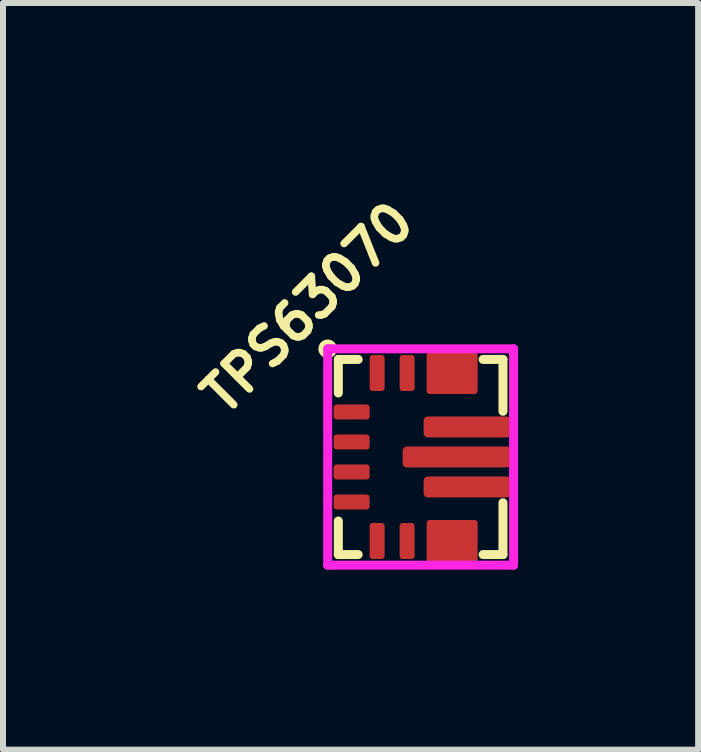
<source format=kicad_pcb>
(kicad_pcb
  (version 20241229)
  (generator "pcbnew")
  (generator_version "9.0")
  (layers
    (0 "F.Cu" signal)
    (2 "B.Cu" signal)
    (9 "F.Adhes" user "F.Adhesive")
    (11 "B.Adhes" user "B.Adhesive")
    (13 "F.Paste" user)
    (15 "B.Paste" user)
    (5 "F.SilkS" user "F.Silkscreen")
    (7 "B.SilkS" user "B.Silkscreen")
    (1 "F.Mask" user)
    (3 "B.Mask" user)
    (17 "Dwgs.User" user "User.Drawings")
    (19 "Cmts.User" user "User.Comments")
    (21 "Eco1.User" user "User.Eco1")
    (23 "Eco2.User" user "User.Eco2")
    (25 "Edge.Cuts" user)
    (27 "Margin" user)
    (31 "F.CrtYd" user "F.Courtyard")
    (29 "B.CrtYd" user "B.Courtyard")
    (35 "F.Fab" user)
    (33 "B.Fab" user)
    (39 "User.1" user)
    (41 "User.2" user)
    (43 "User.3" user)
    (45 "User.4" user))
  (footprint "TPS63070"
    (layer "F.Cu")
    (at 3.961 4.567)
    (property "Reference" "TPS63070" (at -1.882 -2.487 225) (layer "F.SilkS") (effects (font (size 0.6 0.6) (thickness 0.125))))
    (attr through_hole)
    (fp_line (start -1.372 -1.626) (end -1.041 -1.626) (stroke (width 0.15) (type solid)) (layer "F.SilkS"))
    (fp_line (start -1.372 -1.067) (end -1.372 -1.626) (stroke (width 0.15) (type solid)) (layer "F.SilkS"))
    (fp_line (start -1.372 1.626) (end -1.372 1.067) (stroke (width 0.15) (type solid)) (layer "F.SilkS"))
    (fp_line (start -1.041 1.626) (end -1.372 1.626) (stroke (width 0.15) (type solid)) (layer "F.SilkS"))
    (fp_line (start 1.041 -1.626) (end 1.372 -1.626) (stroke (width 0.15) (type solid)) (layer "F.SilkS"))
    (fp_line (start 1.372 -1.626) (end 1.372 -0.762) (stroke (width 0.15) (type solid)) (layer "F.SilkS"))
    (fp_line (start 1.372 0.762) (end 1.372 1.626) (stroke (width 0.15) (type solid)) (layer "F.SilkS"))
    (fp_line (start 1.372 1.626) (end 1.041 1.626) (stroke (width 0.15) (type solid)) (layer "F.SilkS"))
    (fp_circle (center -1.549 -1.803) (end -1.473 -1.829) (stroke (width 0.15) (type solid)) (fill no) (layer "F.SilkS"))
    (fp_line (start -1.549 -1.803) (end 1.549 -1.803) (stroke (width 0.15) (type solid)) (layer "F.CrtYd"))
    (fp_line (start -1.549 1.803) (end -1.549 -1.803) (stroke (width 0.15) (type solid)) (layer "F.CrtYd"))
    (fp_line (start 1.549 -1.803) (end 1.549 1.803) (stroke (width 0.15) (type solid)) (layer "F.CrtYd"))
    (fp_line (start 1.549 1.803) (end -1.549 1.803) (stroke (width 0.15) (type solid)) (layer "F.CrtYd"))
    (pad "" smd roundrect (at 0.14 0) (size 0.72 0.25) (layers "F.Paste") (roundrect_rratio 0.2))
    (pad "" smd roundrect (at 0.275 -1.4) (size 0.25 0.6) (layers "F.Mask" "F.Paste") (roundrect_rratio 0.2))
    (pad "" smd roundrect (at 0.275 1.4) (size 0.25 0.6) (layers "F.Mask" "F.Paste") (roundrect_rratio 0.2))
    (pad "" smd roundrect (at 0.388 -0.5) (size 0.575 0.25) (layers "F.Paste") (roundrect_rratio 0.2))
    (pad "" smd roundrect (at 0.388 0.5) (size 0.575 0.25) (layers "F.Paste") (roundrect_rratio 0.2))
    (pad "" smd roundrect (at 0.525 -1.225 90) (size 0.25 0.6) (layers "F.Mask" "F.Paste") (roundrect_rratio 0.2))
    (pad "" smd roundrect (at 0.525 1.225 90) (size 0.25 0.6) (layers "F.Mask" "F.Paste") (roundrect_rratio 0.2))
    (pad "" smd roundrect (at 0.6 0) (size 1.7 0.25) (layers "F.Mask") (roundrect_rratio 0.2))
    (pad "" smd roundrect (at 0.775 -1.4) (size 0.25 0.6) (layers "F.Mask" "F.Paste") (roundrect_rratio 0.2))
    (pad "" smd roundrect (at 0.775 -0.5) (size 1.35 0.25) (layers "F.Mask") (roundrect_rratio 0.2))
    (pad "" smd roundrect (at 0.775 0.5) (size 1.35 0.25) (layers "F.Mask") (roundrect_rratio 0.2))
    (pad "" smd roundrect (at 0.775 1.4) (size 0.25 0.6) (layers "F.Mask" "F.Paste") (roundrect_rratio 0.2))
    (pad "" smd roundrect (at 1.06 0) (size 0.72 0.25) (layers "F.Paste") (roundrect_rratio 0.2))
    (pad "" smd roundrect (at 1.161 -0.5) (size 0.575 0.25) (layers "F.Paste") (roundrect_rratio 0.2))
    (pad "" smd roundrect (at 1.161 0.5) (size 0.575 0.25) (layers "F.Paste") (roundrect_rratio 0.2))
    (pad "1" smd roundrect (at -1.15 -0.75) (size 0.6 0.25) (layers "F.Cu" "F.Mask" "F.Paste") (roundrect_rratio 0.2))
    (pad "2" smd roundrect (at -1.15 -0.25) (size 0.6 0.25) (layers "F.Cu" "F.Mask" "F.Paste") (roundrect_rratio 0.2))
    (pad "3" smd roundrect (at -1.15 0.25) (size 0.6 0.25) (layers "F.Cu" "F.Mask" "F.Paste") (roundrect_rratio 0.2))
    (pad "4" smd roundrect (at -1.15 0.75) (size 0.6 0.25) (layers "F.Cu" "F.Mask" "F.Paste") (roundrect_rratio 0.2))
    (pad "5" smd roundrect (at -0.725 1.4) (size 0.25 0.6) (layers "F.Cu" "F.Mask" "F.Paste") (roundrect_rratio 0.2))
    (pad "6" smd roundrect (at -0.225 1.4) (size 0.25 0.6) (layers "F.Cu" "F.Mask" "F.Paste") (roundrect_rratio 0.2))
    (pad "7" smd roundrect (at 0.525 1.4) (size 0.85 0.7) (layers "F.Cu") (roundrect_rratio 0.071))
    (pad "9" smd roundrect (at 0.775 0.5) (size 1.45 0.35) (layers "F.Cu") (roundrect_rratio 0.2))
    (pad "10" smd roundrect (at 0.6 0 180) (size 1.8 0.35) (layers "F.Cu") (roundrect_rratio 0.2))
    (pad "11" smd roundrect (at 0.775 -0.5 180) (size 1.45 0.35) (layers "F.Cu") (roundrect_rratio 0.2))
    (pad "12" smd roundrect (at 0.525 -1.4) (size 0.85 0.7) (layers "F.Cu") (roundrect_rratio 0.071))
    (pad "14" smd roundrect (at -0.225 -1.4 180) (size 0.25 0.6) (layers "F.Cu" "F.Mask" "F.Paste") (roundrect_rratio 0.2))
    (pad "15" smd roundrect (at -0.725 -1.4 180) (size 0.25 0.6) (layers "F.Cu" "F.Mask" "F.Paste") (roundrect_rratio 0.2)))
  (gr_rect
    (start -3 -3)
    (end 8.586 9.445)
    (stroke (width 0.1) (type default))
    (fill no)
    (layer "Edge.Cuts")))
</source>
